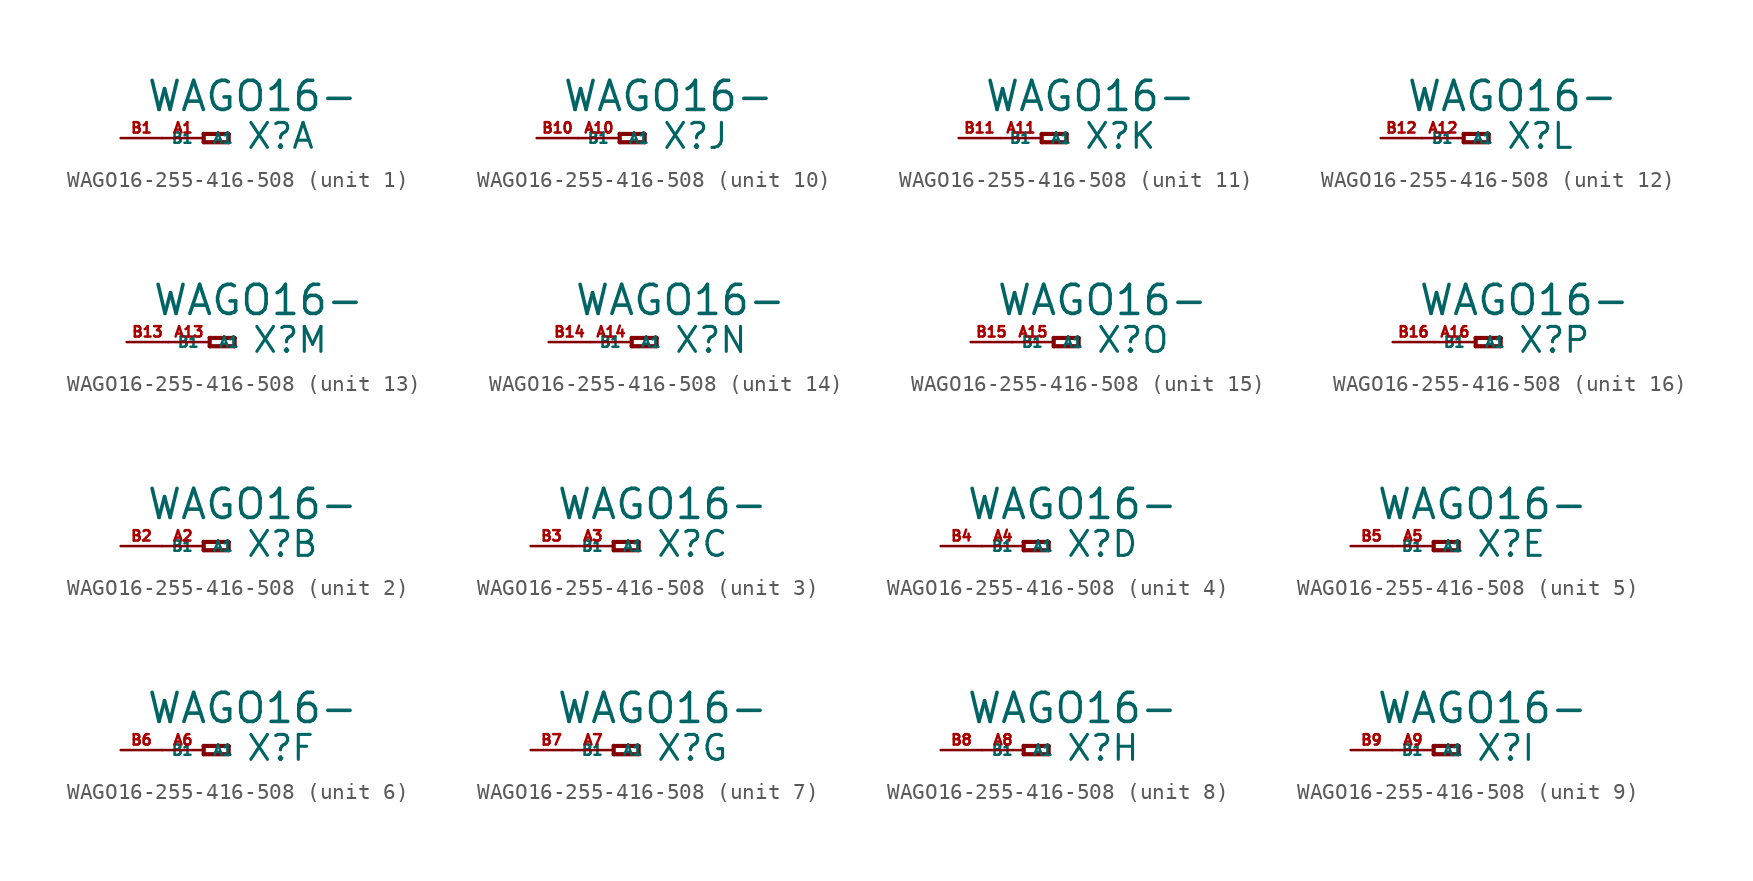
<source format=kicad_sym>
(kicad_symbol_lib
  (version 20220914)
  (generator Eagle2Kicad)
  (symbol "WAGO16-255-416-508"
    (property "Reference" "X"
      (at 2.54 -0.762 0)
      (effects (font (size 1.524 1.524) (thickness 0.19)) (justify left bottom)))
    (property "Value" "WAGO16-"
      (at -3.556 1.524 0)
      (effects (font (size 1.778 1.778) (thickness 0.22)) (justify left bottom)))
    (symbol "WAGO16-255-416-508_1_0"
      (polyline (pts (xy 0 0.254) (xy 0 -0.254)) (stroke (width 0.254) (type default)) (fill (type none)))
      (polyline (pts (xy 0 -0.254) (xy 1.524 -0.254)) (stroke (width 0.254) (type default)) (fill (type none)))
      (polyline (pts (xy 1.524 -0.254) (xy 1.524 0.254)) (stroke (width 0.254) (type default)) (fill (type none)))
      (polyline (pts (xy 1.524 0.254) (xy 0 0.254)) (stroke (width 0.254) (type default)) (fill (type none)))
      (pin passive line (at -2.54 0 0) (length 2.54) (name "A1" (effects (font (size 0.635 0.635) (thickness 0.08)) (justify left bottom))) (number "A1" (effects (font (size 0.635 0.635) (thickness 0.08)) (justify left bottom))))
      (pin passive line (at -5.08 0 0) (length 2.54) (name "B1" (effects (font (size 0.635 0.635) (thickness 0.08)) (justify left bottom))) (number "B1" (effects (font (size 0.635 0.635) (thickness 0.08)) (justify left bottom)))))
    (symbol "WAGO16-255-416-508_2_0"
      (polyline (pts (xy 0 0.254) (xy 0 -0.254)) (stroke (width 0.254) (type default)) (fill (type none)))
      (polyline (pts (xy 0 -0.254) (xy 1.524 -0.254)) (stroke (width 0.254) (type default)) (fill (type none)))
      (polyline (pts (xy 1.524 -0.254) (xy 1.524 0.254)) (stroke (width 0.254) (type default)) (fill (type none)))
      (polyline (pts (xy 1.524 0.254) (xy 0 0.254)) (stroke (width 0.254) (type default)) (fill (type none)))
      (pin passive line (at -2.54 0 0) (length 2.54) (name "A1" (effects (font (size 0.635 0.635) (thickness 0.08)) (justify left bottom))) (number "A2" (effects (font (size 0.635 0.635) (thickness 0.08)) (justify left bottom))))
      (pin passive line (at -5.08 0 0) (length 2.54) (name "B1" (effects (font (size 0.635 0.635) (thickness 0.08)) (justify left bottom))) (number "B2" (effects (font (size 0.635 0.635) (thickness 0.08)) (justify left bottom)))))
    (symbol "WAGO16-255-416-508_3_0"
      (polyline (pts (xy 0 0.254) (xy 0 -0.254)) (stroke (width 0.254) (type default)) (fill (type none)))
      (polyline (pts (xy 0 -0.254) (xy 1.524 -0.254)) (stroke (width 0.254) (type default)) (fill (type none)))
      (polyline (pts (xy 1.524 -0.254) (xy 1.524 0.254)) (stroke (width 0.254) (type default)) (fill (type none)))
      (polyline (pts (xy 1.524 0.254) (xy 0 0.254)) (stroke (width 0.254) (type default)) (fill (type none)))
      (pin passive line (at -2.54 0 0) (length 2.54) (name "A1" (effects (font (size 0.635 0.635) (thickness 0.08)) (justify left bottom))) (number "A3" (effects (font (size 0.635 0.635) (thickness 0.08)) (justify left bottom))))
      (pin passive line (at -5.08 0 0) (length 2.54) (name "B1" (effects (font (size 0.635 0.635) (thickness 0.08)) (justify left bottom))) (number "B3" (effects (font (size 0.635 0.635) (thickness 0.08)) (justify left bottom)))))
    (symbol "WAGO16-255-416-508_4_0"
      (polyline (pts (xy 0 0.254) (xy 0 -0.254)) (stroke (width 0.254) (type default)) (fill (type none)))
      (polyline (pts (xy 0 -0.254) (xy 1.524 -0.254)) (stroke (width 0.254) (type default)) (fill (type none)))
      (polyline (pts (xy 1.524 -0.254) (xy 1.524 0.254)) (stroke (width 0.254) (type default)) (fill (type none)))
      (polyline (pts (xy 1.524 0.254) (xy 0 0.254)) (stroke (width 0.254) (type default)) (fill (type none)))
      (pin passive line (at -2.54 0 0) (length 2.54) (name "A1" (effects (font (size 0.635 0.635) (thickness 0.08)) (justify left bottom))) (number "A4" (effects (font (size 0.635 0.635) (thickness 0.08)) (justify left bottom))))
      (pin passive line (at -5.08 0 0) (length 2.54) (name "B1" (effects (font (size 0.635 0.635) (thickness 0.08)) (justify left bottom))) (number "B4" (effects (font (size 0.635 0.635) (thickness 0.08)) (justify left bottom)))))
    (symbol "WAGO16-255-416-508_5_0"
      (polyline (pts (xy 0 0.254) (xy 0 -0.254)) (stroke (width 0.254) (type default)) (fill (type none)))
      (polyline (pts (xy 0 -0.254) (xy 1.524 -0.254)) (stroke (width 0.254) (type default)) (fill (type none)))
      (polyline (pts (xy 1.524 -0.254) (xy 1.524 0.254)) (stroke (width 0.254) (type default)) (fill (type none)))
      (polyline (pts (xy 1.524 0.254) (xy 0 0.254)) (stroke (width 0.254) (type default)) (fill (type none)))
      (pin passive line (at -2.54 0 0) (length 2.54) (name "A1" (effects (font (size 0.635 0.635) (thickness 0.08)) (justify left bottom))) (number "A5" (effects (font (size 0.635 0.635) (thickness 0.08)) (justify left bottom))))
      (pin passive line (at -5.08 0 0) (length 2.54) (name "B1" (effects (font (size 0.635 0.635) (thickness 0.08)) (justify left bottom))) (number "B5" (effects (font (size 0.635 0.635) (thickness 0.08)) (justify left bottom)))))
    (symbol "WAGO16-255-416-508_6_0"
      (polyline (pts (xy 0 0.254) (xy 0 -0.254)) (stroke (width 0.254) (type default)) (fill (type none)))
      (polyline (pts (xy 0 -0.254) (xy 1.524 -0.254)) (stroke (width 0.254) (type default)) (fill (type none)))
      (polyline (pts (xy 1.524 -0.254) (xy 1.524 0.254)) (stroke (width 0.254) (type default)) (fill (type none)))
      (polyline (pts (xy 1.524 0.254) (xy 0 0.254)) (stroke (width 0.254) (type default)) (fill (type none)))
      (pin passive line (at -2.54 0 0) (length 2.54) (name "A1" (effects (font (size 0.635 0.635) (thickness 0.08)) (justify left bottom))) (number "A6" (effects (font (size 0.635 0.635) (thickness 0.08)) (justify left bottom))))
      (pin passive line (at -5.08 0 0) (length 2.54) (name "B1" (effects (font (size 0.635 0.635) (thickness 0.08)) (justify left bottom))) (number "B6" (effects (font (size 0.635 0.635) (thickness 0.08)) (justify left bottom)))))
    (symbol "WAGO16-255-416-508_7_0"
      (polyline (pts (xy 0 0.254) (xy 0 -0.254)) (stroke (width 0.254) (type default)) (fill (type none)))
      (polyline (pts (xy 0 -0.254) (xy 1.524 -0.254)) (stroke (width 0.254) (type default)) (fill (type none)))
      (polyline (pts (xy 1.524 -0.254) (xy 1.524 0.254)) (stroke (width 0.254) (type default)) (fill (type none)))
      (polyline (pts (xy 1.524 0.254) (xy 0 0.254)) (stroke (width 0.254) (type default)) (fill (type none)))
      (pin passive line (at -2.54 0 0) (length 2.54) (name "A1" (effects (font (size 0.635 0.635) (thickness 0.08)) (justify left bottom))) (number "A7" (effects (font (size 0.635 0.635) (thickness 0.08)) (justify left bottom))))
      (pin passive line (at -5.08 0 0) (length 2.54) (name "B1" (effects (font (size 0.635 0.635) (thickness 0.08)) (justify left bottom))) (number "B7" (effects (font (size 0.635 0.635) (thickness 0.08)) (justify left bottom)))))
    (symbol "WAGO16-255-416-508_8_0"
      (polyline (pts (xy 0 0.254) (xy 0 -0.254)) (stroke (width 0.254) (type default)) (fill (type none)))
      (polyline (pts (xy 0 -0.254) (xy 1.524 -0.254)) (stroke (width 0.254) (type default)) (fill (type none)))
      (polyline (pts (xy 1.524 -0.254) (xy 1.524 0.254)) (stroke (width 0.254) (type default)) (fill (type none)))
      (polyline (pts (xy 1.524 0.254) (xy 0 0.254)) (stroke (width 0.254) (type default)) (fill (type none)))
      (pin passive line (at -2.54 0 0) (length 2.54) (name "A1" (effects (font (size 0.635 0.635) (thickness 0.08)) (justify left bottom))) (number "A8" (effects (font (size 0.635 0.635) (thickness 0.08)) (justify left bottom))))
      (pin passive line (at -5.08 0 0) (length 2.54) (name "B1" (effects (font (size 0.635 0.635) (thickness 0.08)) (justify left bottom))) (number "B8" (effects (font (size 0.635 0.635) (thickness 0.08)) (justify left bottom)))))
    (symbol "WAGO16-255-416-508_9_0"
      (polyline (pts (xy 0 0.254) (xy 0 -0.254)) (stroke (width 0.254) (type default)) (fill (type none)))
      (polyline (pts (xy 0 -0.254) (xy 1.524 -0.254)) (stroke (width 0.254) (type default)) (fill (type none)))
      (polyline (pts (xy 1.524 -0.254) (xy 1.524 0.254)) (stroke (width 0.254) (type default)) (fill (type none)))
      (polyline (pts (xy 1.524 0.254) (xy 0 0.254)) (stroke (width 0.254) (type default)) (fill (type none)))
      (pin passive line (at -2.54 0 0) (length 2.54) (name "A1" (effects (font (size 0.635 0.635) (thickness 0.08)) (justify left bottom))) (number "A9" (effects (font (size 0.635 0.635) (thickness 0.08)) (justify left bottom))))
      (pin passive line (at -5.08 0 0) (length 2.54) (name "B1" (effects (font (size 0.635 0.635) (thickness 0.08)) (justify left bottom))) (number "B9" (effects (font (size 0.635 0.635) (thickness 0.08)) (justify left bottom)))))
    (symbol "WAGO16-255-416-508_10_0"
      (polyline (pts (xy 0 0.254) (xy 0 -0.254)) (stroke (width 0.254) (type default)) (fill (type none)))
      (polyline (pts (xy 0 -0.254) (xy 1.524 -0.254)) (stroke (width 0.254) (type default)) (fill (type none)))
      (polyline (pts (xy 1.524 -0.254) (xy 1.524 0.254)) (stroke (width 0.254) (type default)) (fill (type none)))
      (polyline (pts (xy 1.524 0.254) (xy 0 0.254)) (stroke (width 0.254) (type default)) (fill (type none)))
      (pin passive line (at -2.54 0 0) (length 2.54) (name "A1" (effects (font (size 0.635 0.635) (thickness 0.08)) (justify left bottom))) (number "A10" (effects (font (size 0.635 0.635) (thickness 0.08)) (justify left bottom))))
      (pin passive line (at -5.08 0 0) (length 2.54) (name "B1" (effects (font (size 0.635 0.635) (thickness 0.08)) (justify left bottom))) (number "B10" (effects (font (size 0.635 0.635) (thickness 0.08)) (justify left bottom)))))
    (symbol "WAGO16-255-416-508_11_0"
      (polyline (pts (xy 0 0.254) (xy 0 -0.254)) (stroke (width 0.254) (type default)) (fill (type none)))
      (polyline (pts (xy 0 -0.254) (xy 1.524 -0.254)) (stroke (width 0.254) (type default)) (fill (type none)))
      (polyline (pts (xy 1.524 -0.254) (xy 1.524 0.254)) (stroke (width 0.254) (type default)) (fill (type none)))
      (polyline (pts (xy 1.524 0.254) (xy 0 0.254)) (stroke (width 0.254) (type default)) (fill (type none)))
      (pin passive line (at -2.54 0 0) (length 2.54) (name "A1" (effects (font (size 0.635 0.635) (thickness 0.08)) (justify left bottom))) (number "A11" (effects (font (size 0.635 0.635) (thickness 0.08)) (justify left bottom))))
      (pin passive line (at -5.08 0 0) (length 2.54) (name "B1" (effects (font (size 0.635 0.635) (thickness 0.08)) (justify left bottom))) (number "B11" (effects (font (size 0.635 0.635) (thickness 0.08)) (justify left bottom)))))
    (symbol "WAGO16-255-416-508_12_0"
      (polyline (pts (xy 0 0.254) (xy 0 -0.254)) (stroke (width 0.254) (type default)) (fill (type none)))
      (polyline (pts (xy 0 -0.254) (xy 1.524 -0.254)) (stroke (width 0.254) (type default)) (fill (type none)))
      (polyline (pts (xy 1.524 -0.254) (xy 1.524 0.254)) (stroke (width 0.254) (type default)) (fill (type none)))
      (polyline (pts (xy 1.524 0.254) (xy 0 0.254)) (stroke (width 0.254) (type default)) (fill (type none)))
      (pin passive line (at -2.54 0 0) (length 2.54) (name "A1" (effects (font (size 0.635 0.635) (thickness 0.08)) (justify left bottom))) (number "A12" (effects (font (size 0.635 0.635) (thickness 0.08)) (justify left bottom))))
      (pin passive line (at -5.08 0 0) (length 2.54) (name "B1" (effects (font (size 0.635 0.635) (thickness 0.08)) (justify left bottom))) (number "B12" (effects (font (size 0.635 0.635) (thickness 0.08)) (justify left bottom)))))
    (symbol "WAGO16-255-416-508_13_0"
      (polyline (pts (xy 0 0.254) (xy 0 -0.254)) (stroke (width 0.254) (type default)) (fill (type none)))
      (polyline (pts (xy 0 -0.254) (xy 1.524 -0.254)) (stroke (width 0.254) (type default)) (fill (type none)))
      (polyline (pts (xy 1.524 -0.254) (xy 1.524 0.254)) (stroke (width 0.254) (type default)) (fill (type none)))
      (polyline (pts (xy 1.524 0.254) (xy 0 0.254)) (stroke (width 0.254) (type default)) (fill (type none)))
      (pin passive line (at -2.54 0 0) (length 2.54) (name "A1" (effects (font (size 0.635 0.635) (thickness 0.08)) (justify left bottom))) (number "A13" (effects (font (size 0.635 0.635) (thickness 0.08)) (justify left bottom))))
      (pin passive line (at -5.08 0 0) (length 2.54) (name "B1" (effects (font (size 0.635 0.635) (thickness 0.08)) (justify left bottom))) (number "B13" (effects (font (size 0.635 0.635) (thickness 0.08)) (justify left bottom)))))
    (symbol "WAGO16-255-416-508_14_0"
      (polyline (pts (xy 0 0.254) (xy 0 -0.254)) (stroke (width 0.254) (type default)) (fill (type none)))
      (polyline (pts (xy 0 -0.254) (xy 1.524 -0.254)) (stroke (width 0.254) (type default)) (fill (type none)))
      (polyline (pts (xy 1.524 -0.254) (xy 1.524 0.254)) (stroke (width 0.254) (type default)) (fill (type none)))
      (polyline (pts (xy 1.524 0.254) (xy 0 0.254)) (stroke (width 0.254) (type default)) (fill (type none)))
      (pin passive line (at -2.54 0 0) (length 2.54) (name "A1" (effects (font (size 0.635 0.635) (thickness 0.08)) (justify left bottom))) (number "A14" (effects (font (size 0.635 0.635) (thickness 0.08)) (justify left bottom))))
      (pin passive line (at -5.08 0 0) (length 2.54) (name "B1" (effects (font (size 0.635 0.635) (thickness 0.08)) (justify left bottom))) (number "B14" (effects (font (size 0.635 0.635) (thickness 0.08)) (justify left bottom)))))
    (symbol "WAGO16-255-416-508_15_0"
      (polyline (pts (xy 0 0.254) (xy 0 -0.254)) (stroke (width 0.254) (type default)) (fill (type none)))
      (polyline (pts (xy 0 -0.254) (xy 1.524 -0.254)) (stroke (width 0.254) (type default)) (fill (type none)))
      (polyline (pts (xy 1.524 -0.254) (xy 1.524 0.254)) (stroke (width 0.254) (type default)) (fill (type none)))
      (polyline (pts (xy 1.524 0.254) (xy 0 0.254)) (stroke (width 0.254) (type default)) (fill (type none)))
      (pin passive line (at -2.54 0 0) (length 2.54) (name "A1" (effects (font (size 0.635 0.635) (thickness 0.08)) (justify left bottom))) (number "A15" (effects (font (size 0.635 0.635) (thickness 0.08)) (justify left bottom))))
      (pin passive line (at -5.08 0 0) (length 2.54) (name "B1" (effects (font (size 0.635 0.635) (thickness 0.08)) (justify left bottom))) (number "B15" (effects (font (size 0.635 0.635) (thickness 0.08)) (justify left bottom)))))
    (symbol "WAGO16-255-416-508_16_0"
      (polyline (pts (xy 0 0.254) (xy 0 -0.254)) (stroke (width 0.254) (type default)) (fill (type none)))
      (polyline (pts (xy 0 -0.254) (xy 1.524 -0.254)) (stroke (width 0.254) (type default)) (fill (type none)))
      (polyline (pts (xy 1.524 -0.254) (xy 1.524 0.254)) (stroke (width 0.254) (type default)) (fill (type none)))
      (polyline (pts (xy 1.524 0.254) (xy 0 0.254)) (stroke (width 0.254) (type default)) (fill (type none)))
      (pin passive line (at -2.54 0 0) (length 2.54) (name "A1" (effects (font (size 0.635 0.635) (thickness 0.08)) (justify left bottom))) (number "A16" (effects (font (size 0.635 0.635) (thickness 0.08)) (justify left bottom))))
      (pin passive line (at -5.08 0 0) (length 2.54) (name "B1" (effects (font (size 0.635 0.635) (thickness 0.08)) (justify left bottom))) (number "B16" (effects (font (size 0.635 0.635) (thickness 0.08)) (justify left bottom)))))))
</source>
